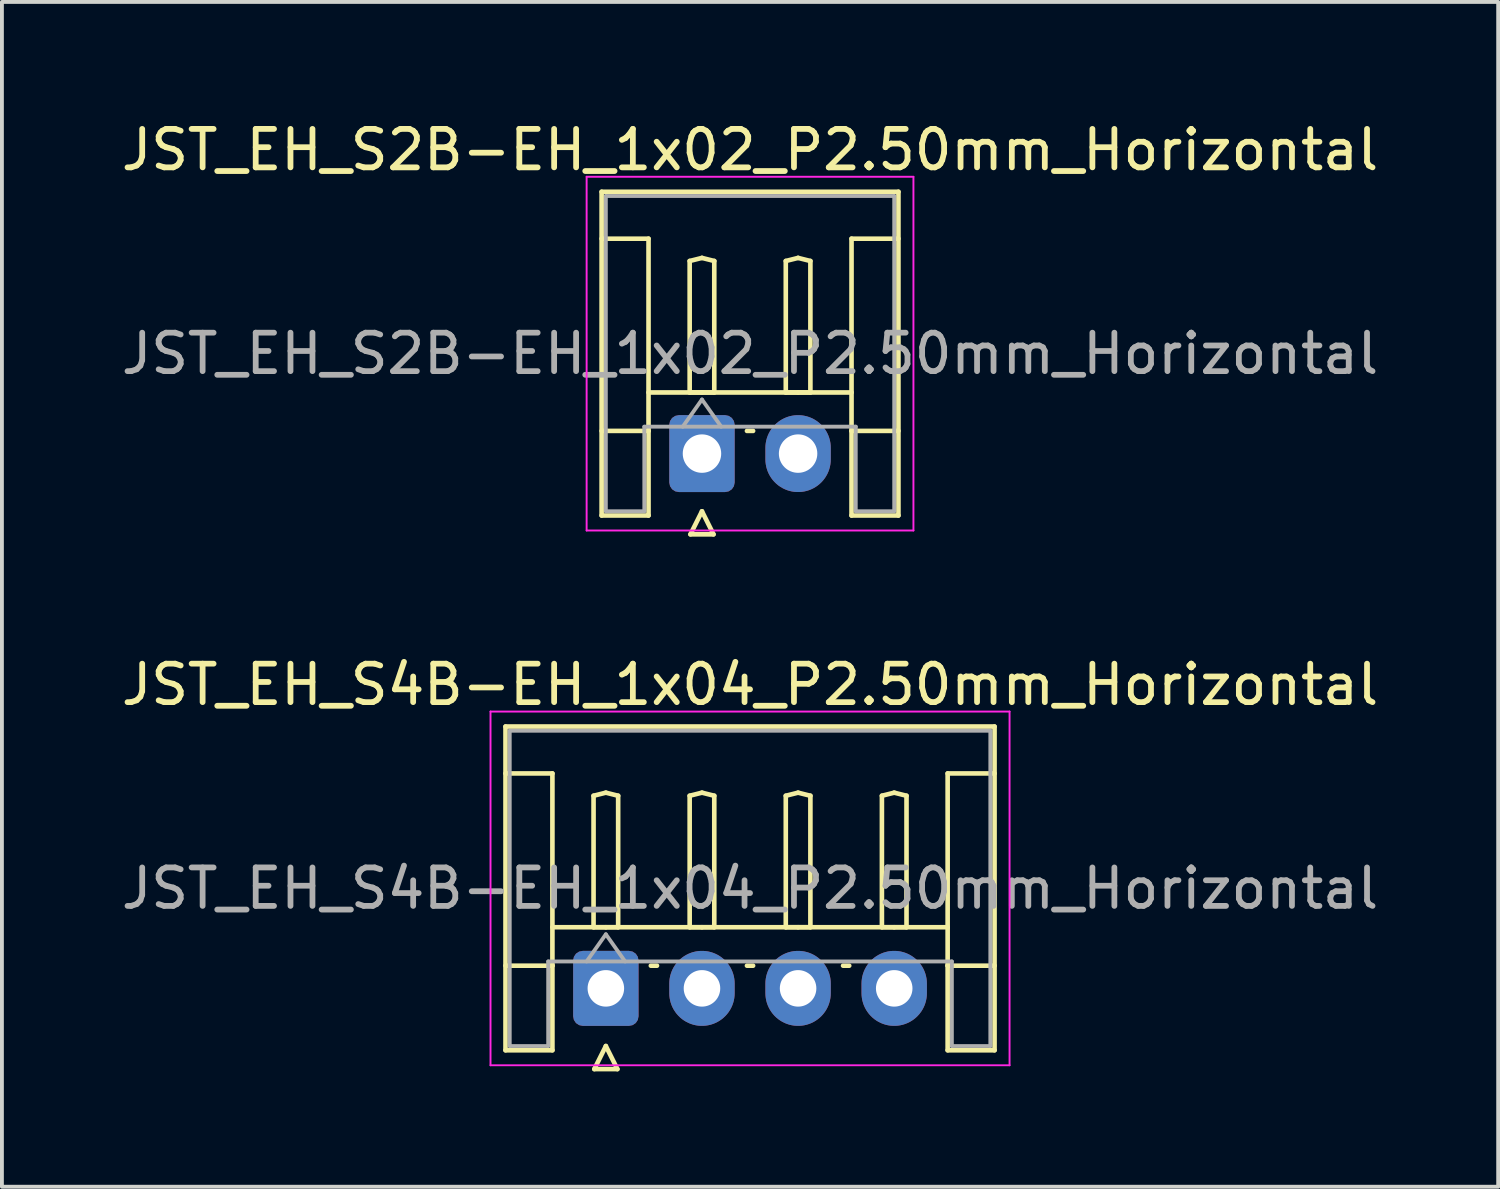
<source format=kicad_pcb>
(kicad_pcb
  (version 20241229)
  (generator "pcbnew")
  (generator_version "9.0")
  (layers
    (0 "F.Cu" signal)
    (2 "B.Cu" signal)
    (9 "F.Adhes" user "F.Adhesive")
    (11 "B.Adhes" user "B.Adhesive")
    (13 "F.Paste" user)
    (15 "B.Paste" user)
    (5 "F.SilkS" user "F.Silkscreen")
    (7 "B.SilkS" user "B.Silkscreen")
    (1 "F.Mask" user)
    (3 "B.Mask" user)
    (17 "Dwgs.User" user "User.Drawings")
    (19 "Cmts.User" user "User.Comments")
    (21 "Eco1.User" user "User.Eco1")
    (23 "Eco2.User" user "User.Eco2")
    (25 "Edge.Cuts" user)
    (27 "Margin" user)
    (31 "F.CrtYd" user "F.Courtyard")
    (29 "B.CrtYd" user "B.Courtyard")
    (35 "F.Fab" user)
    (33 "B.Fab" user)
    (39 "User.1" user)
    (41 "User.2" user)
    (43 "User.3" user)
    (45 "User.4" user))
  (footprint "JST_EH_S2B-EH_1x02_P2.50mm_Horizontal"
    (layer "F.Cu")
    (at 15.208 8.748)
    (property "Reference" "JST_EH_S2B-EH_1x02_P2.50mm_Horizontal" (at 1.25 -7.9 0) (layer "F.SilkS") (effects (font (size 1 1) (thickness 0.15))))
    (attr through_hole)
    (fp_line (start -2.61 -6.81) (end 5.11 -6.81) (stroke (width 0.12) (type solid)) (layer "F.SilkS"))
    (fp_line (start -2.61 -5.59) (end -1.39 -5.59) (stroke (width 0.12) (type solid)) (layer "F.SilkS"))
    (fp_line (start -2.61 1.61) (end -2.61 -6.81) (stroke (width 0.12) (type solid)) (layer "F.SilkS"))
    (fp_line (start -1.39 -5.59) (end -1.39 -0.59) (stroke (width 0.12) (type solid)) (layer "F.SilkS"))
    (fp_line (start -1.39 -1.59) (end 3.89 -1.59) (stroke (width 0.12) (type solid)) (layer "F.SilkS"))
    (fp_line (start -1.39 -0.59) (end -2.61 -0.59) (stroke (width 0.12) (type solid)) (layer "F.SilkS"))
    (fp_line (start -1.39 -0.59) (end -1.39 1.61) (stroke (width 0.12) (type solid)) (layer "F.SilkS"))
    (fp_line (start -1.39 1.61) (end -2.61 1.61) (stroke (width 0.12) (type solid)) (layer "F.SilkS"))
    (fp_line (start -0.32 -5.01) (end 0 -5.09) (stroke (width 0.12) (type solid)) (layer "F.SilkS"))
    (fp_line (start -0.32 -1.59) (end -0.32 -5.01) (stroke (width 0.12) (type solid)) (layer "F.SilkS"))
    (fp_line (start -0.3 2.1) (end 0.3 2.1) (stroke (width 0.12) (type solid)) (layer "F.SilkS"))
    (fp_line (start 0 -5.09) (end 0.32 -5.01) (stroke (width 0.12) (type solid)) (layer "F.SilkS"))
    (fp_line (start 0 -1.59) (end -0.32 -1.59) (stroke (width 0.12) (type solid)) (layer "F.SilkS"))
    (fp_line (start 0 1.5) (end -0.3 2.1) (stroke (width 0.12) (type solid)) (layer "F.SilkS"))
    (fp_line (start 0.3 2.1) (end 0 1.5) (stroke (width 0.12) (type solid)) (layer "F.SilkS"))
    (fp_line (start 0.32 -5.01) (end 0.32 -1.59) (stroke (width 0.12) (type solid)) (layer "F.SilkS"))
    (fp_line (start 0.32 -1.59) (end 0 -1.59) (stroke (width 0.12) (type solid)) (layer "F.SilkS"))
    (fp_line (start 1.17 -0.59) (end 1.33 -0.59) (stroke (width 0.12) (type solid)) (layer "F.SilkS"))
    (fp_line (start 2.18 -5.01) (end 2.5 -5.09) (stroke (width 0.12) (type solid)) (layer "F.SilkS"))
    (fp_line (start 2.18 -1.59) (end 2.18 -5.01) (stroke (width 0.12) (type solid)) (layer "F.SilkS"))
    (fp_line (start 2.5 -5.09) (end 2.82 -5.01) (stroke (width 0.12) (type solid)) (layer "F.SilkS"))
    (fp_line (start 2.5 -1.59) (end 2.18 -1.59) (stroke (width 0.12) (type solid)) (layer "F.SilkS"))
    (fp_line (start 2.82 -5.01) (end 2.82 -1.59) (stroke (width 0.12) (type solid)) (layer "F.SilkS"))
    (fp_line (start 2.82 -1.59) (end 2.5 -1.59) (stroke (width 0.12) (type solid)) (layer "F.SilkS"))
    (fp_line (start 3.89 -5.59) (end 3.89 -0.59) (stroke (width 0.12) (type solid)) (layer "F.SilkS"))
    (fp_line (start 3.89 -0.59) (end 5.11 -0.59) (stroke (width 0.12) (type solid)) (layer "F.SilkS"))
    (fp_line (start 3.89 1.61) (end 3.89 -0.59) (stroke (width 0.12) (type solid)) (layer "F.SilkS"))
    (fp_line (start 5.11 -6.81) (end 5.11 1.61) (stroke (width 0.12) (type solid)) (layer "F.SilkS"))
    (fp_line (start 5.11 -5.59) (end 3.89 -5.59) (stroke (width 0.12) (type solid)) (layer "F.SilkS"))
    (fp_line (start 5.11 1.61) (end 3.89 1.61) (stroke (width 0.12) (type solid)) (layer "F.SilkS"))
    (fp_line (start -3 -7.2) (end -3 2) (stroke (width 0.05) (type solid)) (layer "F.CrtYd"))
    (fp_line (start -3 2) (end 5.5 2) (stroke (width 0.05) (type solid)) (layer "F.CrtYd"))
    (fp_line (start 5.5 -7.2) (end -3 -7.2) (stroke (width 0.05) (type solid)) (layer "F.CrtYd"))
    (fp_line (start 5.5 2) (end 5.5 -7.2) (stroke (width 0.05) (type solid)) (layer "F.CrtYd"))
    (fp_line (start -2.5 -6.7) (end 5 -6.7) (stroke (width 0.1) (type solid)) (layer "F.Fab"))
    (fp_line (start -2.5 1.5) (end -2.5 -6.7) (stroke (width 0.1) (type solid)) (layer "F.Fab"))
    (fp_line (start -1.5 -0.7) (end -1.5 1.5) (stroke (width 0.1) (type solid)) (layer "F.Fab"))
    (fp_line (start -1.5 1.5) (end -2.5 1.5) (stroke (width 0.1) (type solid)) (layer "F.Fab"))
    (fp_line (start -0.5 -0.7) (end 0 -1.407) (stroke (width 0.1) (type solid)) (layer "F.Fab"))
    (fp_line (start 0 -1.407) (end 0.5 -0.7) (stroke (width 0.1) (type solid)) (layer "F.Fab"))
    (fp_line (start 4 -0.7) (end -1.5 -0.7) (stroke (width 0.1) (type solid)) (layer "F.Fab"))
    (fp_line (start 4 1.5) (end 4 -0.7) (stroke (width 0.1) (type solid)) (layer "F.Fab"))
    (fp_line (start 5 -6.7) (end 5 1.5) (stroke (width 0.1) (type solid)) (layer "F.Fab"))
    (fp_line (start 5 1.5) (end 4 1.5) (stroke (width 0.1) (type solid)) (layer "F.Fab"))
    (fp_text user "${REFERENCE}" (at 1.25 -2.6 0) (layer "F.Fab") (effects (font (size 1 1) (thickness 0.15))))
    (pad "1" thru_hole roundrect (at 0 0) (size 1.7 2) (drill 1) (layers "*.Cu" "*.Mask") (roundrect_rratio 0.147))
    (pad "2" thru_hole oval (at 2.5 0) (size 1.7 2) (drill 1) (layers "*.Cu" "*.Mask")))
  (footprint "JST_EH_S4B-EH_1x04_P2.50mm_Horizontal"
    (layer "F.Cu")
    (at 12.708 22.657)
    (property "Reference" "JST_EH_S4B-EH_1x04_P2.50mm_Horizontal" (at 3.75 -7.9 0) (layer "F.SilkS") (effects (font (size 1 1) (thickness 0.15))))
    (attr through_hole)
    (fp_line (start -2.61 -6.81) (end 10.11 -6.81) (stroke (width 0.12) (type solid)) (layer "F.SilkS"))
    (fp_line (start -2.61 -5.59) (end -1.39 -5.59) (stroke (width 0.12) (type solid)) (layer "F.SilkS"))
    (fp_line (start -2.61 1.61) (end -2.61 -6.81) (stroke (width 0.12) (type solid)) (layer "F.SilkS"))
    (fp_line (start -1.39 -5.59) (end -1.39 -0.59) (stroke (width 0.12) (type solid)) (layer "F.SilkS"))
    (fp_line (start -1.39 -1.59) (end 8.89 -1.59) (stroke (width 0.12) (type solid)) (layer "F.SilkS"))
    (fp_line (start -1.39 -0.59) (end -2.61 -0.59) (stroke (width 0.12) (type solid)) (layer "F.SilkS"))
    (fp_line (start -1.39 -0.59) (end -1.39 1.61) (stroke (width 0.12) (type solid)) (layer "F.SilkS"))
    (fp_line (start -1.39 1.61) (end -2.61 1.61) (stroke (width 0.12) (type solid)) (layer "F.SilkS"))
    (fp_line (start -0.32 -5.01) (end 0 -5.09) (stroke (width 0.12) (type solid)) (layer "F.SilkS"))
    (fp_line (start -0.32 -1.59) (end -0.32 -5.01) (stroke (width 0.12) (type solid)) (layer "F.SilkS"))
    (fp_line (start -0.3 2.1) (end 0.3 2.1) (stroke (width 0.12) (type solid)) (layer "F.SilkS"))
    (fp_line (start 0 -5.09) (end 0.32 -5.01) (stroke (width 0.12) (type solid)) (layer "F.SilkS"))
    (fp_line (start 0 -1.59) (end -0.32 -1.59) (stroke (width 0.12) (type solid)) (layer "F.SilkS"))
    (fp_line (start 0 1.5) (end -0.3 2.1) (stroke (width 0.12) (type solid)) (layer "F.SilkS"))
    (fp_line (start 0.3 2.1) (end 0 1.5) (stroke (width 0.12) (type solid)) (layer "F.SilkS"))
    (fp_line (start 0.32 -5.01) (end 0.32 -1.59) (stroke (width 0.12) (type solid)) (layer "F.SilkS"))
    (fp_line (start 0.32 -1.59) (end 0 -1.59) (stroke (width 0.12) (type solid)) (layer "F.SilkS"))
    (fp_line (start 1.17 -0.59) (end 1.33 -0.59) (stroke (width 0.12) (type solid)) (layer "F.SilkS"))
    (fp_line (start 2.18 -5.01) (end 2.5 -5.09) (stroke (width 0.12) (type solid)) (layer "F.SilkS"))
    (fp_line (start 2.18 -1.59) (end 2.18 -5.01) (stroke (width 0.12) (type solid)) (layer "F.SilkS"))
    (fp_line (start 2.5 -5.09) (end 2.82 -5.01) (stroke (width 0.12) (type solid)) (layer "F.SilkS"))
    (fp_line (start 2.5 -1.59) (end 2.18 -1.59) (stroke (width 0.12) (type solid)) (layer "F.SilkS"))
    (fp_line (start 2.82 -5.01) (end 2.82 -1.59) (stroke (width 0.12) (type solid)) (layer "F.SilkS"))
    (fp_line (start 2.82 -1.59) (end 2.5 -1.59) (stroke (width 0.12) (type solid)) (layer "F.SilkS"))
    (fp_line (start 3.67 -0.59) (end 3.83 -0.59) (stroke (width 0.12) (type solid)) (layer "F.SilkS"))
    (fp_line (start 4.68 -5.01) (end 5 -5.09) (stroke (width 0.12) (type solid)) (layer "F.SilkS"))
    (fp_line (start 4.68 -1.59) (end 4.68 -5.01) (stroke (width 0.12) (type solid)) (layer "F.SilkS"))
    (fp_line (start 5 -5.09) (end 5.32 -5.01) (stroke (width 0.12) (type solid)) (layer "F.SilkS"))
    (fp_line (start 5 -1.59) (end 4.68 -1.59) (stroke (width 0.12) (type solid)) (layer "F.SilkS"))
    (fp_line (start 5.32 -5.01) (end 5.32 -1.59) (stroke (width 0.12) (type solid)) (layer "F.SilkS"))
    (fp_line (start 5.32 -1.59) (end 5 -1.59) (stroke (width 0.12) (type solid)) (layer "F.SilkS"))
    (fp_line (start 6.17 -0.59) (end 6.33 -0.59) (stroke (width 0.12) (type solid)) (layer "F.SilkS"))
    (fp_line (start 7.18 -5.01) (end 7.5 -5.09) (stroke (width 0.12) (type solid)) (layer "F.SilkS"))
    (fp_line (start 7.18 -1.59) (end 7.18 -5.01) (stroke (width 0.12) (type solid)) (layer "F.SilkS"))
    (fp_line (start 7.5 -5.09) (end 7.82 -5.01) (stroke (width 0.12) (type solid)) (layer "F.SilkS"))
    (fp_line (start 7.5 -1.59) (end 7.18 -1.59) (stroke (width 0.12) (type solid)) (layer "F.SilkS"))
    (fp_line (start 7.82 -5.01) (end 7.82 -1.59) (stroke (width 0.12) (type solid)) (layer "F.SilkS"))
    (fp_line (start 7.82 -1.59) (end 7.5 -1.59) (stroke (width 0.12) (type solid)) (layer "F.SilkS"))
    (fp_line (start 8.89 -5.59) (end 8.89 -0.59) (stroke (width 0.12) (type solid)) (layer "F.SilkS"))
    (fp_line (start 8.89 -0.59) (end 10.11 -0.59) (stroke (width 0.12) (type solid)) (layer "F.SilkS"))
    (fp_line (start 8.89 1.61) (end 8.89 -0.59) (stroke (width 0.12) (type solid)) (layer "F.SilkS"))
    (fp_line (start 10.11 -6.81) (end 10.11 1.61) (stroke (width 0.12) (type solid)) (layer "F.SilkS"))
    (fp_line (start 10.11 -5.59) (end 8.89 -5.59) (stroke (width 0.12) (type solid)) (layer "F.SilkS"))
    (fp_line (start 10.11 1.61) (end 8.89 1.61) (stroke (width 0.12) (type solid)) (layer "F.SilkS"))
    (fp_line (start -3 -7.2) (end -3 2) (stroke (width 0.05) (type solid)) (layer "F.CrtYd"))
    (fp_line (start -3 2) (end 10.5 2) (stroke (width 0.05) (type solid)) (layer "F.CrtYd"))
    (fp_line (start 10.5 -7.2) (end -3 -7.2) (stroke (width 0.05) (type solid)) (layer "F.CrtYd"))
    (fp_line (start 10.5 2) (end 10.5 -7.2) (stroke (width 0.05) (type solid)) (layer "F.CrtYd"))
    (fp_line (start -2.5 -6.7) (end 10 -6.7) (stroke (width 0.1) (type solid)) (layer "F.Fab"))
    (fp_line (start -2.5 1.5) (end -2.5 -6.7) (stroke (width 0.1) (type solid)) (layer "F.Fab"))
    (fp_line (start -1.5 -0.7) (end -1.5 1.5) (stroke (width 0.1) (type solid)) (layer "F.Fab"))
    (fp_line (start -1.5 1.5) (end -2.5 1.5) (stroke (width 0.1) (type solid)) (layer "F.Fab"))
    (fp_line (start -0.5 -0.7) (end 0 -1.407) (stroke (width 0.1) (type solid)) (layer "F.Fab"))
    (fp_line (start 0 -1.407) (end 0.5 -0.7) (stroke (width 0.1) (type solid)) (layer "F.Fab"))
    (fp_line (start 9 -0.7) (end -1.5 -0.7) (stroke (width 0.1) (type solid)) (layer "F.Fab"))
    (fp_line (start 9 1.5) (end 9 -0.7) (stroke (width 0.1) (type solid)) (layer "F.Fab"))
    (fp_line (start 10 -6.7) (end 10 1.5) (stroke (width 0.1) (type solid)) (layer "F.Fab"))
    (fp_line (start 10 1.5) (end 9 1.5) (stroke (width 0.1) (type solid)) (layer "F.Fab"))
    (fp_text user "${REFERENCE}" (at 3.75 -2.6 0) (layer "F.Fab") (effects (font (size 1 1) (thickness 0.15))))
    (pad "1" thru_hole roundrect (at 0 0) (size 1.7 1.95) (drill 0.95) (layers "*.Cu" "*.Mask") (roundrect_rratio 0.147))
    (pad "2" thru_hole oval (at 2.5 0) (size 1.7 1.95) (drill 0.95) (layers "*.Cu" "*.Mask"))
    (pad "3" thru_hole oval (at 5 0) (size 1.7 1.95) (drill 0.95) (layers "*.Cu" "*.Mask"))
    (pad "4" thru_hole oval (at 7.5 0) (size 1.7 1.95) (drill 0.95) (layers "*.Cu" "*.Mask")))
  (gr_rect
    (start -3 -3)
    (end 35.917 27.817)
    (stroke (width 0.1) (type default))
    (fill no)
    (layer "Edge.Cuts")))
</source>
